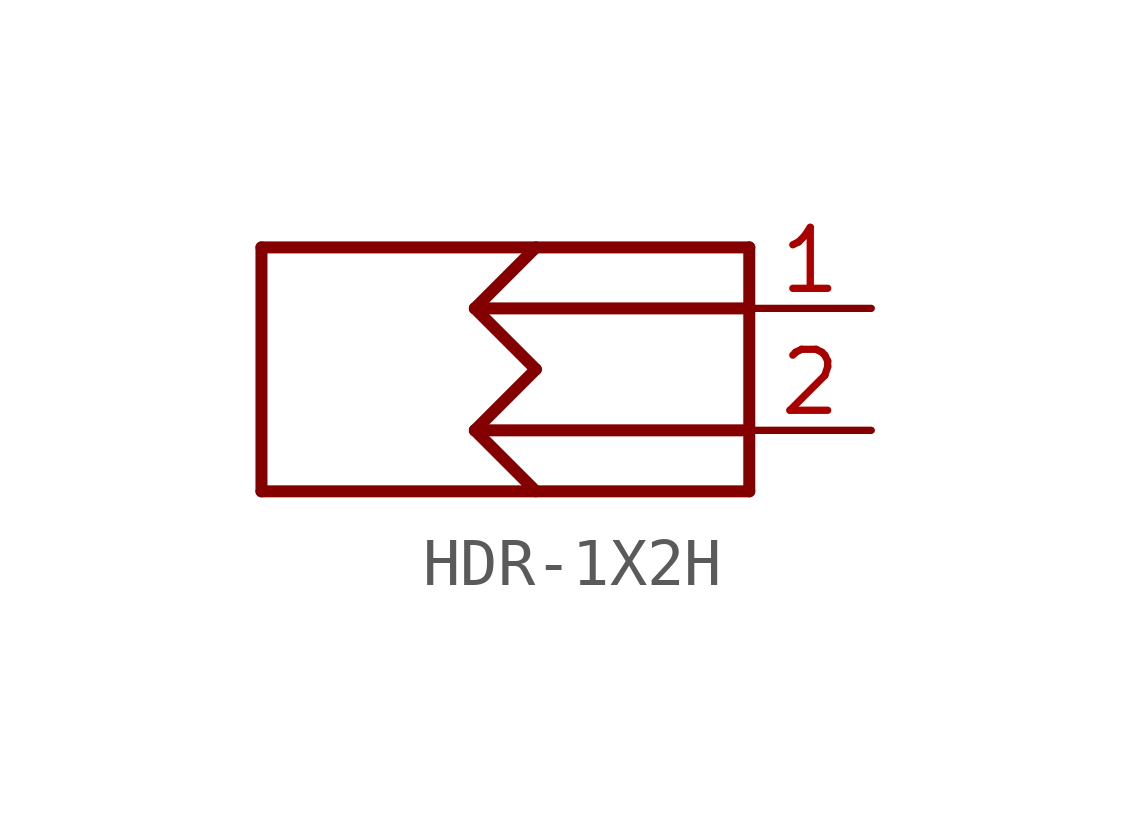
<source format=kicad_sym>
(kicad_symbol_lib
  (version 20231120)
  (generator "kicad_symbol_editor")
  (generator_version "8.0")
  (symbol "HDR-1X2H"
    (property "Reference" "J"
      (at 0 0 0)
      (effects (font (size 1.27 1.27)) (hide yes)))
    (property "ki_locked" ""
      (at 0 0 0)
      (effects (font (size 1.27 1.27))))
    (symbol "HDR-1X2H_1_0"
      (polyline (pts (xy -5.08 -2.54) (xy -5.08 2.54)) (stroke (width 0.25) (type solid)) (fill (type none)))
      (polyline (pts (xy -5.08 2.54) (xy 5.08 2.54)) (stroke (width 0.25) (type solid)) (fill (type none)))
      (polyline (pts (xy -0.635 -1.27) (xy 0.635 -2.54)) (stroke (width 0.25) (type solid)) (fill (type none)))
      (polyline (pts (xy -0.635 -1.27) (xy 0.635 0)) (stroke (width 0.25) (type solid)) (fill (type none)))
      (polyline (pts (xy -0.635 -1.27) (xy 5.08 -1.27)) (stroke (width 0.25) (type solid)) (fill (type none)))
      (polyline (pts (xy -0.635 1.27) (xy 0.635 0)) (stroke (width 0.25) (type solid)) (fill (type none)))
      (polyline (pts (xy -0.635 1.27) (xy 0.635 2.54)) (stroke (width 0.25) (type solid)) (fill (type none)))
      (polyline (pts (xy -0.635 1.27) (xy 5.08 1.27)) (stroke (width 0.25) (type solid)) (fill (type none)))
      (polyline (pts (xy 5.08 -2.54) (xy -5.08 -2.54)) (stroke (width 0.25) (type solid)) (fill (type none)))
      (polyline (pts (xy 5.08 2.54) (xy 5.08 -2.54)) (stroke (width 0.25) (type solid)) (fill (type none)))
      (pin passive line (at 7.62 1.27 180) (length 2.54) (name "P1" (effects (font (size 0 0)))) (number "1" (effects (font (size 1.27 1.27)))))
      (pin passive line (at 7.62 -1.27 180) (length 2.54) (name "P2" (effects (font (size 0 0)))) (number "2" (effects (font (size 1.27 1.27))))))))
</source>
